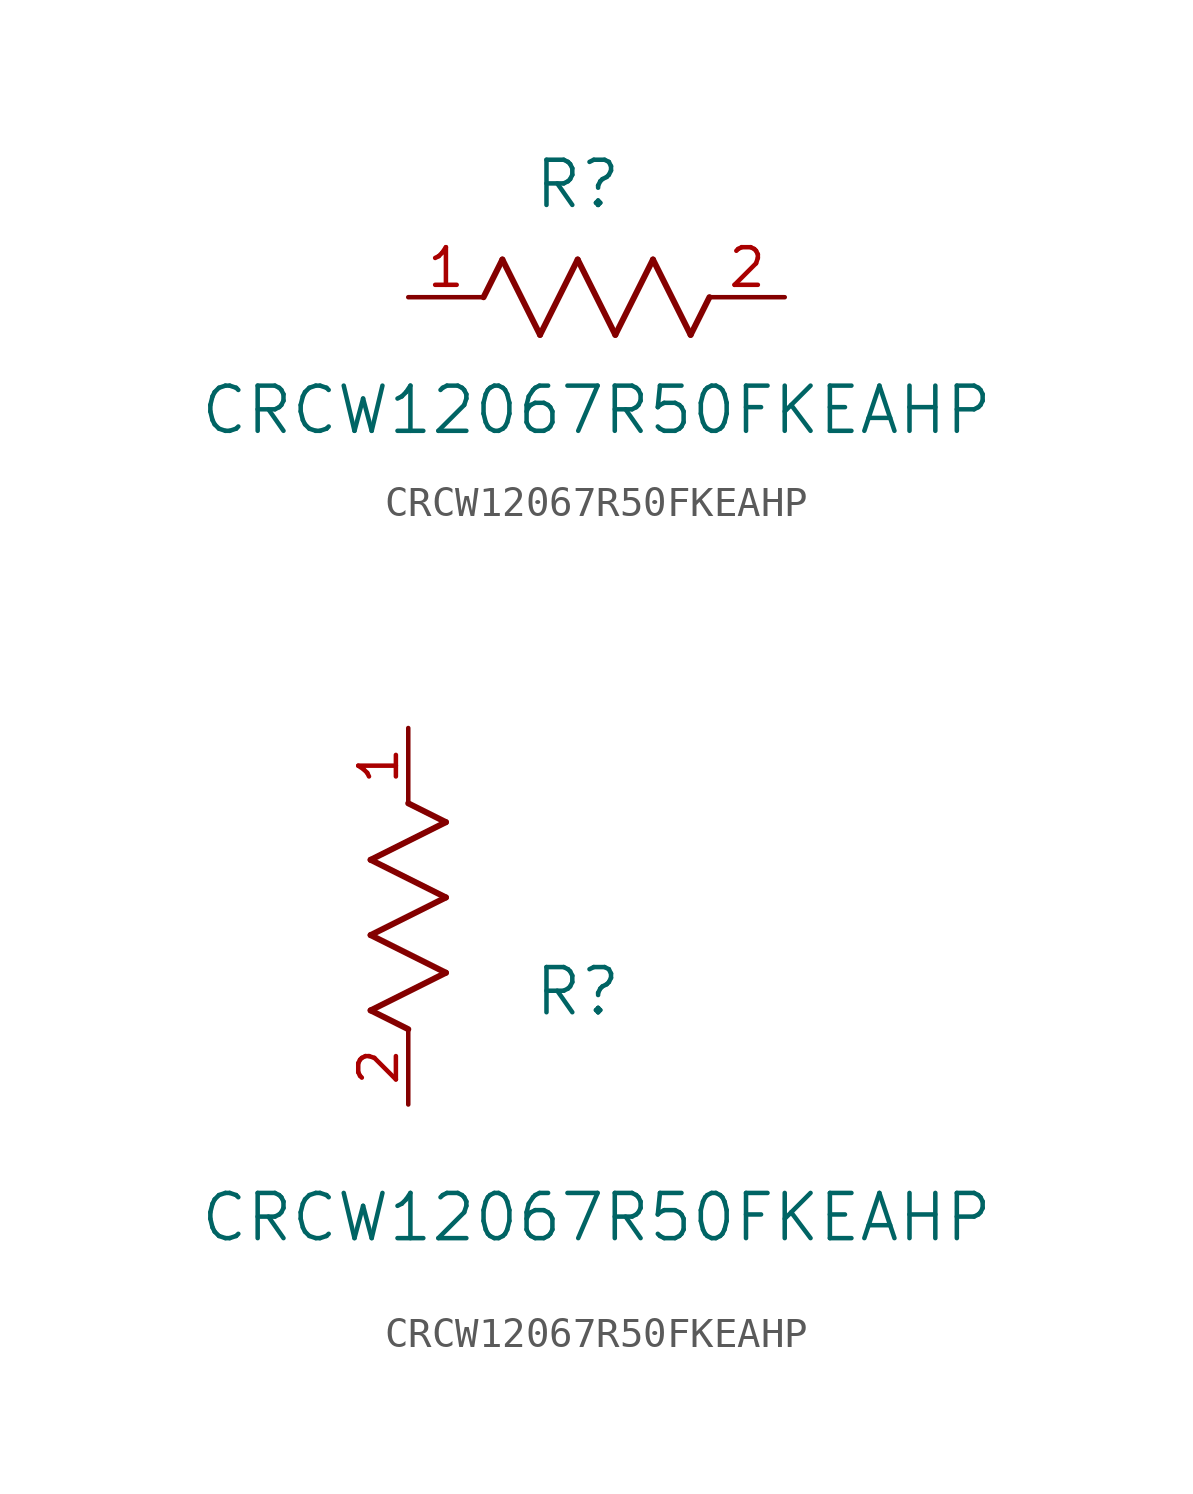
<source format=kicad_sym>
(kicad_symbol_lib
  (version 20211014)
  (generator kicad_symbol_editor)
  (symbol "CRCW12067R50FKEAHP"
    (pin_names
      (offset 0.254))
    (property "Reference" "R"
      (at 5.715 3.81 0)
      (effects (font (size 1.524 1.524))))
    (property "Value" "CRCW12067R50FKEAHP"
      (at 6.35 -3.81 0)
      (effects (font (size 1.524 1.524))))
    (symbol "CRCW12067R50FKEAHP_1_1"
      (polyline (pts (xy 3.175 1.27) (xy 4.445 -1.27)) (stroke (width 0.203) (type default) (color 0 0 0 0)) (fill (type none)))
      (polyline (pts (xy 4.445 -1.27) (xy 5.715 1.27)) (stroke (width 0.203) (type default) (color 0 0 0 0)) (fill (type none)))
      (polyline (pts (xy 5.715 1.27) (xy 6.985 -1.27)) (stroke (width 0.203) (type default) (color 0 0 0 0)) (fill (type none)))
      (polyline (pts (xy 6.985 -1.27) (xy 8.255 1.27)) (stroke (width 0.203) (type default) (color 0 0 0 0)) (fill (type none)))
      (polyline (pts (xy 8.255 1.27) (xy 9.525 -1.27)) (stroke (width 0.203) (type default) (color 0 0 0 0)) (fill (type none)))
      (polyline (pts (xy 2.54 0) (xy 3.175 1.27)) (stroke (width 0.203) (type default) (color 0 0 0 0)) (fill (type none)))
      (polyline (pts (xy 9.525 -1.27) (xy 10.16 0)) (stroke (width 0.203) (type default) (color 0 0 0 0)) (fill (type none)))
      (pin unspecified line (at 0 0 0) (length 2.54) (name "" (effects (font (size 1.27 1.27)))) (number "1" (effects (font (size 1.27 1.27)))))
      (pin unspecified line (at 12.7 0 180) (length 2.54) (name "" (effects (font (size 1.27 1.27)))) (number "2" (effects (font (size 1.27 1.27))))))
    (symbol "CRCW12067R50FKEAHP_1_2"
      (polyline (pts (xy 0 2.54) (xy -1.27 3.175)) (stroke (width 0.203) (type default) (color 0 0 0 0)) (fill (type none)))
      (polyline (pts (xy -1.27 3.175) (xy 1.27 4.445)) (stroke (width 0.203) (type default) (color 0 0 0 0)) (fill (type none)))
      (polyline (pts (xy 1.27 4.445) (xy -1.27 5.715)) (stroke (width 0.203) (type default) (color 0 0 0 0)) (fill (type none)))
      (polyline (pts (xy -1.27 5.715) (xy 1.27 6.985)) (stroke (width 0.203) (type default) (color 0 0 0 0)) (fill (type none)))
      (polyline (pts (xy -1.27 8.255) (xy 1.27 9.525)) (stroke (width 0.203) (type default) (color 0 0 0 0)) (fill (type none)))
      (polyline (pts (xy 1.27 9.525) (xy 0 10.16)) (stroke (width 0.203) (type default) (color 0 0 0 0)) (fill (type none)))
      (polyline (pts (xy 1.27 6.985) (xy -1.27 8.255)) (stroke (width 0.203) (type default) (color 0 0 0 0)) (fill (type none)))
      (pin unspecified line (at 0 12.7 270) (length 2.54) (name "" (effects (font (size 1.27 1.27)))) (number "1" (effects (font (size 1.27 1.27)))))
      (pin unspecified line (at 0 0 90) (length 2.54) (name "" (effects (font (size 1.27 1.27)))) (number "2" (effects (font (size 1.27 1.27))))))))
</source>
